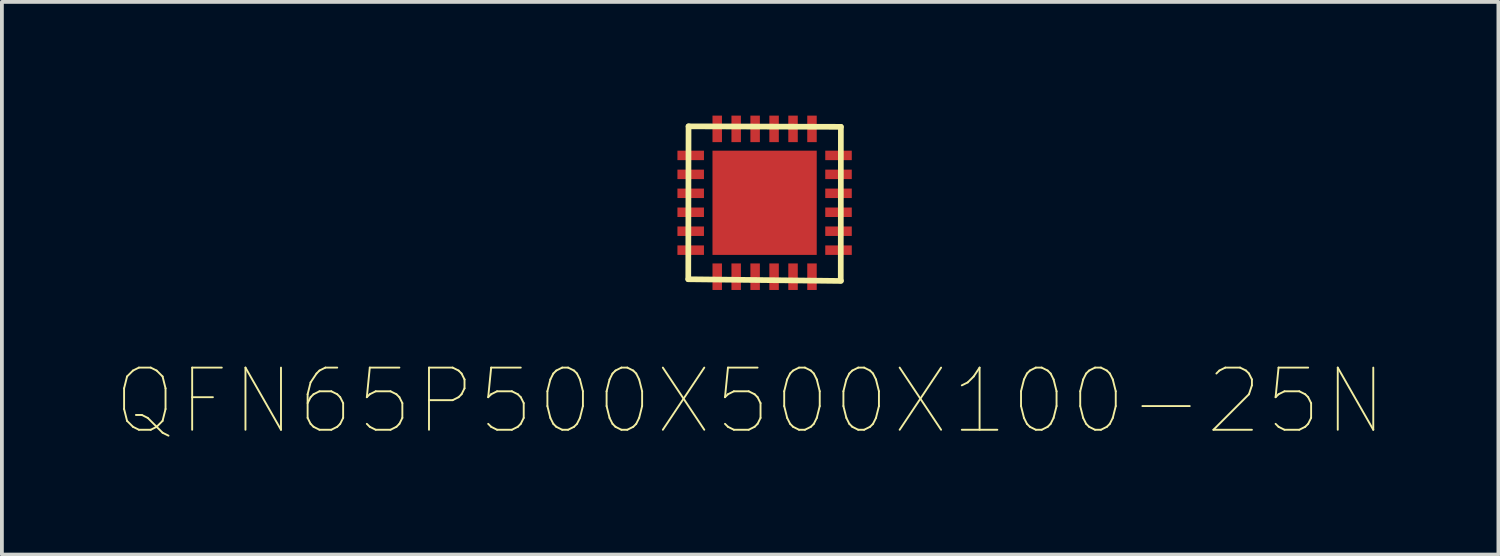
<source format=kicad_pcb>
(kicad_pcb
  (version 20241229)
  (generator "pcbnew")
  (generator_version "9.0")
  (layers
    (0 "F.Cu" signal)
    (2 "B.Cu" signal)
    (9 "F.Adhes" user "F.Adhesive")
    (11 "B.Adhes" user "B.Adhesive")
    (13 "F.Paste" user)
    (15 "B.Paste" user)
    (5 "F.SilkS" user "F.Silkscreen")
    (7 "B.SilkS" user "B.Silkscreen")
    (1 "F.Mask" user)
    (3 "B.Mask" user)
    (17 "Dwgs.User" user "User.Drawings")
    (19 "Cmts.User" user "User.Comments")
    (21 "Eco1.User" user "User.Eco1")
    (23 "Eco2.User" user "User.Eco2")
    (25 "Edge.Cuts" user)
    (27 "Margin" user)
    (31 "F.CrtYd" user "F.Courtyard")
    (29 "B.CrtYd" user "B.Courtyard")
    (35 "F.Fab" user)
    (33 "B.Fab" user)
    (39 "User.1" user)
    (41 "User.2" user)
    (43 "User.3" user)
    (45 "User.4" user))
  (footprint "QFN65P500X500X100-25N"
    (layer "F.Cu")
    (at 17.122 2.3)
    (property "Reference" "QFN65P500X500X100-25N" (at -0.381 5.232 0) (layer "F.SilkS") (effects (font (size 1.64 1.64) (thickness 0.05))))
    (attr smd)
    (fp_line (start -2.014 2.017) (end 2.014 2.062) (stroke (width 0.15) (type solid)) (layer "F.SilkS"))
    (fp_line (start -2.007 -2.017) (end -2.014 2.017) (stroke (width 0.15) (type solid)) (layer "F.SilkS"))
    (fp_line (start 2.009 2.05) (end 2.012 -2.004) (stroke (width 0.15) (type solid)) (layer "F.SilkS"))
    (fp_line (start 2.012 -2.004) (end -2.007 -2.017) (stroke (width 0.15) (type solid)) (layer "F.SilkS"))
    (pad "1" smd rect (at -1.95 -1.25 270) (size 0.25 0.7) (layers "F.Cu" "F.Mask" "F.Paste"))
    (pad "2" smd rect (at -1.95 -0.75 270) (size 0.25 0.7) (layers "F.Cu" "F.Mask" "F.Paste"))
    (pad "3" smd rect (at -1.95 -0.25 270) (size 0.25 0.7) (layers "F.Cu" "F.Mask" "F.Paste"))
    (pad "4" smd rect (at -1.95 0.25 270) (size 0.25 0.7) (layers "F.Cu" "F.Mask" "F.Paste"))
    (pad "5" smd rect (at -1.95 0.75 270) (size 0.25 0.7) (layers "F.Cu" "F.Mask" "F.Paste"))
    (pad "6" smd rect (at -1.95 1.25 270) (size 0.25 0.7) (layers "F.Cu" "F.Mask" "F.Paste"))
    (pad "7" smd rect (at -1.25 1.95 180) (size 0.25 0.7) (layers "F.Cu" "F.Mask" "F.Paste"))
    (pad "8" smd rect (at -0.75 1.95 180) (size 0.25 0.7) (layers "F.Cu" "F.Mask" "F.Paste"))
    (pad "9" smd rect (at -0.25 1.95 180) (size 0.25 0.7) (layers "F.Cu" "F.Mask" "F.Paste"))
    (pad "10" smd rect (at 0.25 1.95 180) (size 0.25 0.7) (layers "F.Cu" "F.Mask" "F.Paste"))
    (pad "11" smd rect (at 0.75 1.95 180) (size 0.25 0.7) (layers "F.Cu" "F.Mask" "F.Paste"))
    (pad "12" smd rect (at 1.25 1.95 180) (size 0.25 0.7) (layers "F.Cu" "F.Mask" "F.Paste"))
    (pad "13" smd rect (at 1.95 1.25 270) (size 0.25 0.7) (layers "F.Cu" "F.Mask" "F.Paste"))
    (pad "14" smd rect (at 1.95 0.75 270) (size 0.25 0.7) (layers "F.Cu" "F.Mask" "F.Paste"))
    (pad "15" smd rect (at 1.95 0.25 270) (size 0.25 0.7) (layers "F.Cu" "F.Mask" "F.Paste"))
    (pad "16" smd rect (at 1.95 -0.25 270) (size 0.25 0.7) (layers "F.Cu" "F.Mask" "F.Paste"))
    (pad "17" smd rect (at 1.95 -0.75 270) (size 0.25 0.7) (layers "F.Cu" "F.Mask" "F.Paste"))
    (pad "18" smd rect (at 1.95 -1.25 270) (size 0.25 0.7) (layers "F.Cu" "F.Mask" "F.Paste"))
    (pad "19" smd rect (at 1.25 -1.95 180) (size 0.25 0.7) (layers "F.Cu" "F.Mask" "F.Paste"))
    (pad "20" smd rect (at 0.75 -1.95 180) (size 0.25 0.7) (layers "F.Cu" "F.Mask" "F.Paste"))
    (pad "21" smd rect (at 0.25 -1.95 180) (size 0.25 0.7) (layers "F.Cu" "F.Mask" "F.Paste"))
    (pad "22" smd rect (at -0.25 -1.95 180) (size 0.25 0.7) (layers "F.Cu" "F.Mask" "F.Paste"))
    (pad "23" smd rect (at -0.75 -1.95 180) (size 0.25 0.7) (layers "F.Cu" "F.Mask" "F.Paste"))
    (pad "24" smd rect (at -1.25 -1.95 180) (size 0.25 0.7) (layers "F.Cu" "F.Mask" "F.Paste"))
    (pad "25" smd rect (at 0 0) (size 2.75 2.75) (layers "F.Cu" "F.Mask" "F.Paste")))
  (gr_rect
    (start -3 -3)
    (end 36.481 11.58)
    (stroke (width 0.1) (type default))
    (fill no)
    (layer "Edge.Cuts")))
</source>
